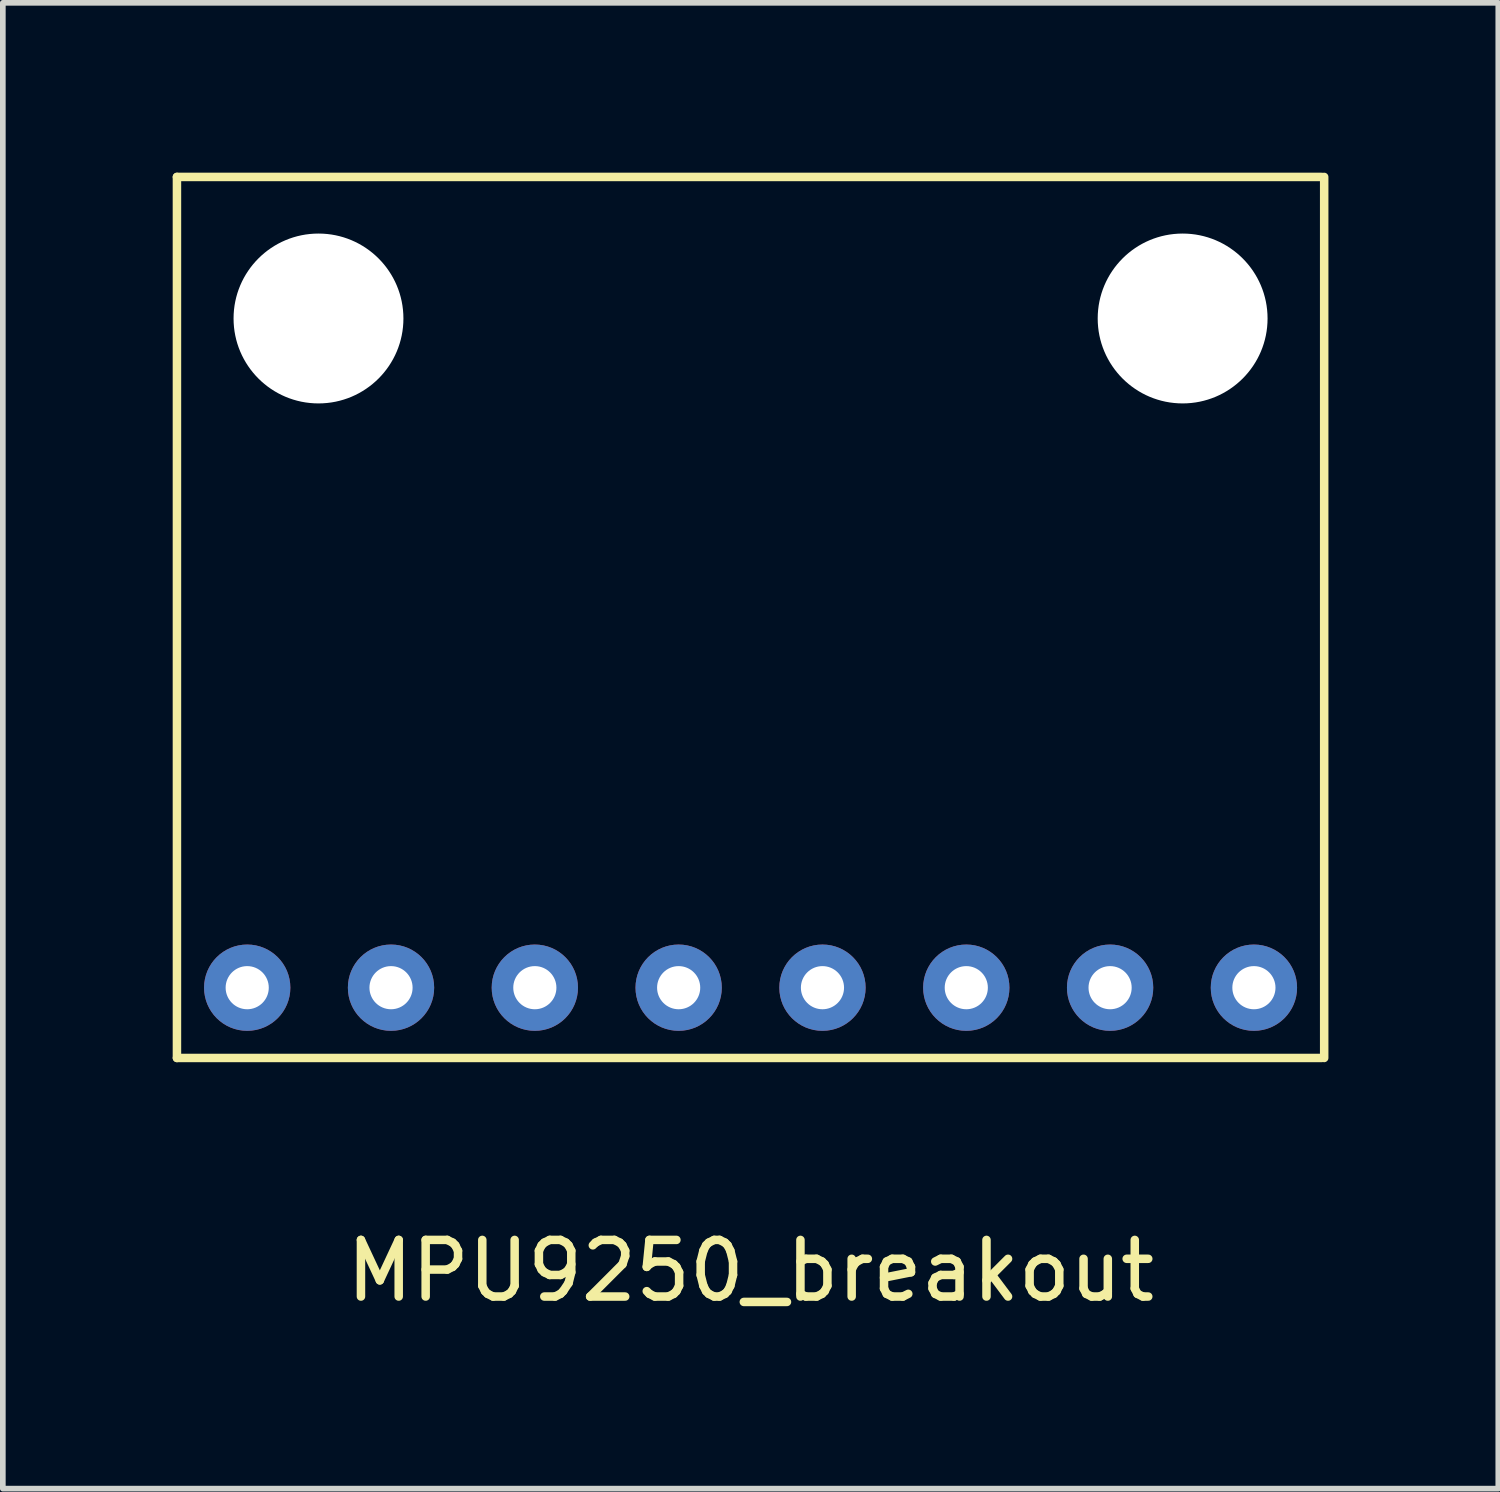
<source format=kicad_pcb>
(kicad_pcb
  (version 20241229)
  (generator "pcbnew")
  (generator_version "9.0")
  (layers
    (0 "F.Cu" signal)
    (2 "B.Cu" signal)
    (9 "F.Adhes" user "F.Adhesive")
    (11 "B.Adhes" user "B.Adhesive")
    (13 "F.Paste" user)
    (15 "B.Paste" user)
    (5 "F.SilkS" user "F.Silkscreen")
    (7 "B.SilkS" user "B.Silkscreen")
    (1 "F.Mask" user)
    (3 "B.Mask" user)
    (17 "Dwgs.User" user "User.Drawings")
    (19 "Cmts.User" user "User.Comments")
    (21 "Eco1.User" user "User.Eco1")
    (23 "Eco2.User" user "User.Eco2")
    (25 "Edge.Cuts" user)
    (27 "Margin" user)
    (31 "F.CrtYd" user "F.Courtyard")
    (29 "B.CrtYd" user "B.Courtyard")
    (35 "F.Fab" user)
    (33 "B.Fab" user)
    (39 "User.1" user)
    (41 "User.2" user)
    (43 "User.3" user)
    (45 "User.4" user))
  (footprint "MPU9250_breakout"
    (layer "F.Cu")
    (at 10.206 14.394)
    (property "Reference" "MPU9250_breakout" (at 0 5 0) (layer "F.SilkS") (effects (font (size 1 1) (thickness 0.15))))
    (attr through_hole)
    (fp_line (start -10.131 -14.319) (end -10.131 1.241) (stroke (width 0.15) (type solid)) (layer "F.SilkS"))
    (fp_line (start -10.131 -14.319) (end 10.088 -14.319) (stroke (width 0.15) (type solid)) (layer "F.SilkS"))
    (fp_line (start -10.131 1.241) (end 10.088 1.241) (stroke (width 0.15) (type solid)) (layer "F.SilkS"))
    (fp_line (start 10.131 -14.319) (end 10.131 1.241) (stroke (width 0.15) (type solid)) (layer "F.SilkS"))
    (pad "" np_thru_hole circle (at -7.631 -11.819) (size 3 3) (drill 3) (layers "*.Cu" "*.Mask"))
    (pad "" np_thru_hole circle (at 7.631 -11.819) (size 3 3) (drill 3) (layers "*.Cu" "*.Mask"))
    (pad "1" thru_hole circle (at -8.89 0) (size 1.524 1.524) (drill 0.762) (layers "*.Cu" "*.Mask"))
    (pad "2" thru_hole circle (at -6.35 0) (size 1.524 1.524) (drill 0.762) (layers "*.Cu" "*.Mask"))
    (pad "3" thru_hole circle (at -3.81 0) (size 1.524 1.524) (drill 0.762) (layers "*.Cu" "*.Mask"))
    (pad "4" thru_hole circle (at -1.27 0) (size 1.524 1.524) (drill 0.762) (layers "*.Cu" "*.Mask"))
    (pad "5" thru_hole circle (at 1.27 0) (size 1.524 1.524) (drill 0.762) (layers "*.Cu" "*.Mask"))
    (pad "6" thru_hole circle (at 3.81 0) (size 1.524 1.524) (drill 0.762) (layers "*.Cu" "*.Mask"))
    (pad "7" thru_hole circle (at 6.35 0) (size 1.524 1.524) (drill 0.762) (layers "*.Cu" "*.Mask"))
    (pad "8" thru_hole circle (at 8.89 0) (size 1.524 1.524) (drill 0.762) (layers "*.Cu" "*.Mask")))
  (gr_rect
    (start -3 -3)
    (end 23.412 23.242)
    (stroke (width 0.1) (type default))
    (fill no)
    (layer "Edge.Cuts")))
</source>
